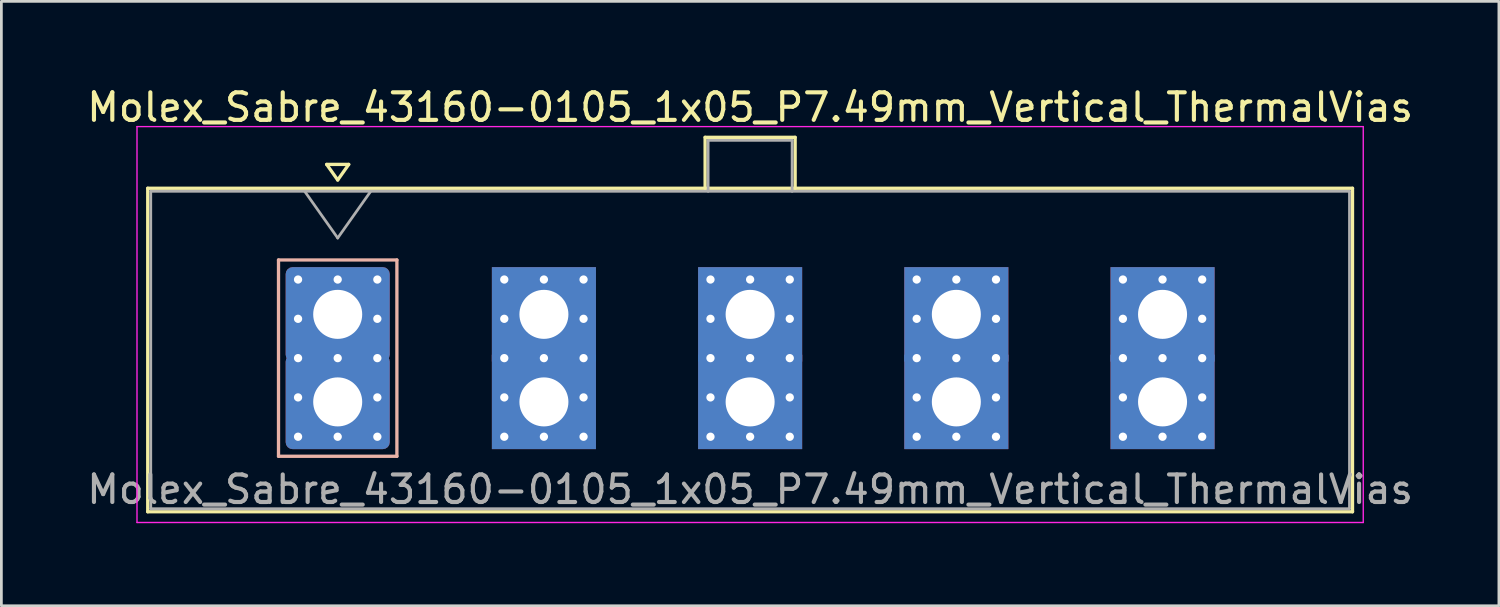
<source format=kicad_pcb>
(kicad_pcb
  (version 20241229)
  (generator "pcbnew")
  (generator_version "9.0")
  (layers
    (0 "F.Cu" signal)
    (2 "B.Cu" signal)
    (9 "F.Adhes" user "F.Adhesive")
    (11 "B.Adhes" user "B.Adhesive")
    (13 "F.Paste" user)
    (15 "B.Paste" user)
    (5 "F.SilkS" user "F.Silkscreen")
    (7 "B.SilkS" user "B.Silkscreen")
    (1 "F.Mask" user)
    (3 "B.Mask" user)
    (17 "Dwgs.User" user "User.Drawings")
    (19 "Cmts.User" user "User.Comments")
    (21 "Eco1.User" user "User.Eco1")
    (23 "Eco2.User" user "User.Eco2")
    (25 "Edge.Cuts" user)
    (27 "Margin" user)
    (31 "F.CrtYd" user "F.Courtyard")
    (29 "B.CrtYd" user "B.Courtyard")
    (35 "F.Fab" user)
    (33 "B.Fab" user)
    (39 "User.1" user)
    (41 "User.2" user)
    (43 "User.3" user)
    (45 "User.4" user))
  (footprint "Molex_Sabre_43160-0105_1x05_P7.49mm_Vertical_ThermalVias"
    (layer "F.Cu")
    (at 9.216 11.548)
    (property "Reference" "Molex_Sabre_43160-0105_1x05_P7.49mm_Vertical_ThermalVias" (at 14.98 -10.7 0) (layer "F.SilkS") (effects (font (size 1 1) (thickness 0.15))))
    (attr through_hole)
    (fp_line (start -6.9 -7.76) (end -6.9 3.99) (stroke (width 0.12) (type solid)) (layer "F.SilkS"))
    (fp_line (start -6.9 3.99) (end 36.86 3.99) (stroke (width 0.12) (type solid)) (layer "F.SilkS"))
    (fp_line (start -0.4 -8.626) (end 0 -8.06) (stroke (width 0.12) (type solid)) (layer "F.SilkS"))
    (fp_line (start 0 -8.06) (end 0.4 -8.626) (stroke (width 0.12) (type solid)) (layer "F.SilkS"))
    (fp_line (start 0.4 -8.626) (end -0.4 -8.626) (stroke (width 0.12) (type solid)) (layer "F.SilkS"))
    (fp_line (start 13.345 -9.61) (end 16.615 -9.61) (stroke (width 0.12) (type solid)) (layer "F.SilkS"))
    (fp_line (start 13.345 -7.76) (end 13.345 -9.61) (stroke (width 0.12) (type solid)) (layer "F.SilkS"))
    (fp_line (start 16.615 -9.61) (end 16.615 -7.76) (stroke (width 0.12) (type solid)) (layer "F.SilkS"))
    (fp_line (start 36.86 -7.76) (end -6.9 -7.76) (stroke (width 0.12) (type solid)) (layer "F.SilkS"))
    (fp_line (start 36.86 3.99) (end 36.86 -7.76) (stroke (width 0.12) (type solid)) (layer "F.SilkS"))
    (fp_line (start -2.15 -5.155) (end -2.15 1.975) (stroke (width 0.12) (type solid)) (layer "B.SilkS"))
    (fp_line (start -2.15 1.975) (end 2.15 1.975) (stroke (width 0.12) (type solid)) (layer "B.SilkS"))
    (fp_line (start 2.15 -5.155) (end -2.15 -5.155) (stroke (width 0.12) (type solid)) (layer "B.SilkS"))
    (fp_line (start 2.15 1.975) (end 2.15 -5.155) (stroke (width 0.12) (type solid)) (layer "B.SilkS"))
    (fp_line (start -7.29 -10) (end -7.29 4.38) (stroke (width 0.05) (type solid)) (layer "F.CrtYd"))
    (fp_line (start -7.29 4.38) (end 37.25 4.38) (stroke (width 0.05) (type solid)) (layer "F.CrtYd"))
    (fp_line (start 37.25 -10) (end -7.29 -10) (stroke (width 0.05) (type solid)) (layer "F.CrtYd"))
    (fp_line (start 37.25 4.38) (end 37.25 -10) (stroke (width 0.05) (type solid)) (layer "F.CrtYd"))
    (fp_line (start -6.79 -7.65) (end -6.79 3.88) (stroke (width 0.1) (type solid)) (layer "F.Fab"))
    (fp_line (start -6.79 3.88) (end 36.75 3.88) (stroke (width 0.1) (type solid)) (layer "F.Fab"))
    (fp_line (start -1.2 -7.65) (end 0 -5.953) (stroke (width 0.1) (type solid)) (layer "F.Fab"))
    (fp_line (start 0 -5.953) (end 1.2 -7.65) (stroke (width 0.1) (type solid)) (layer "F.Fab"))
    (fp_line (start 13.455 -9.5) (end 16.505 -9.5) (stroke (width 0.1) (type solid)) (layer "F.Fab"))
    (fp_line (start 13.455 -7.65) (end 13.455 -9.5) (stroke (width 0.1) (type solid)) (layer "F.Fab"))
    (fp_line (start 16.505 -9.5) (end 16.505 -7.65) (stroke (width 0.1) (type solid)) (layer "F.Fab"))
    (fp_line (start 36.75 -7.65) (end -6.79 -7.65) (stroke (width 0.1) (type solid)) (layer "F.Fab"))
    (fp_line (start 36.75 3.88) (end 36.75 -7.65) (stroke (width 0.1) (type solid)) (layer "F.Fab"))
    (fp_text user "${REFERENCE}" (at 14.98 3.18 0) (layer "F.Fab") (effects (font (size 1 1) (thickness 0.15))))
    (pad "1" thru_hole roundrect (at -1.44 -4.445) (size 0.6 0.6) (drill 0.3) (layers "*.Cu" "*.Mask") (roundrect_rratio 0.25))
    (pad "1" thru_hole roundrect (at -1.44 -3.018) (size 0.6 0.6) (drill 0.3) (layers "*.Cu" "*.Mask") (roundrect_rratio 0.25))
    (pad "1" thru_hole roundrect (at -1.44 -1.59) (size 0.6 0.6) (drill 0.3) (layers "*.Cu" "*.Mask") (roundrect_rratio 0.25))
    (pad "1" thru_hole roundrect (at -1.44 -0.163) (size 0.6 0.6) (drill 0.3) (layers "*.Cu" "*.Mask") (roundrect_rratio 0.25))
    (pad "1" thru_hole roundrect (at -1.44 1.265) (size 0.6 0.6) (drill 0.3) (layers "*.Cu" "*.Mask") (roundrect_rratio 0.25))
    (pad "1" thru_hole roundrect (at 0 -4.445) (size 0.6 0.6) (drill 0.3) (layers "*.Cu" "*.Mask") (roundrect_rratio 0.25))
    (pad "1" thru_hole roundrect (at 0 -3.18) (size 3.78 3.43) (drill 1.78) (layers "*.Cu" "*.Mask") (roundrect_rratio 0.073))
    (pad "1" thru_hole roundrect (at 0 -1.59) (size 0.6 0.6) (drill 0.3) (layers "*.Cu" "*.Mask") (roundrect_rratio 0.25))
    (pad "1" thru_hole roundrect (at 0 0) (size 3.78 3.43) (drill 1.78) (layers "*.Cu" "*.Mask") (roundrect_rratio 0.073))
    (pad "1" thru_hole roundrect (at 0 1.265) (size 0.6 0.6) (drill 0.3) (layers "*.Cu" "*.Mask") (roundrect_rratio 0.25))
    (pad "1" thru_hole roundrect (at 1.44 -4.445) (size 0.6 0.6) (drill 0.3) (layers "*.Cu" "*.Mask") (roundrect_rratio 0.25))
    (pad "1" thru_hole roundrect (at 1.44 -3.018) (size 0.6 0.6) (drill 0.3) (layers "*.Cu" "*.Mask") (roundrect_rratio 0.25))
    (pad "1" thru_hole roundrect (at 1.44 -1.59) (size 0.6 0.6) (drill 0.3) (layers "*.Cu" "*.Mask") (roundrect_rratio 0.25))
    (pad "1" thru_hole roundrect (at 1.44 -0.163) (size 0.6 0.6) (drill 0.3) (layers "*.Cu" "*.Mask") (roundrect_rratio 0.25))
    (pad "1" thru_hole roundrect (at 1.44 1.265) (size 0.6 0.6) (drill 0.3) (layers "*.Cu" "*.Mask") (roundrect_rratio 0.25))
    (pad "2" thru_hole circle (at 6.05 -4.445) (size 0.6 0.6) (drill 0.3) (layers "*.Cu" "*.Mask"))
    (pad "2" thru_hole circle (at 6.05 -3.018) (size 0.6 0.6) (drill 0.3) (layers "*.Cu" "*.Mask"))
    (pad "2" thru_hole circle (at 6.05 -1.59) (size 0.6 0.6) (drill 0.3) (layers "*.Cu" "*.Mask"))
    (pad "2" thru_hole circle (at 6.05 -0.163) (size 0.6 0.6) (drill 0.3) (layers "*.Cu" "*.Mask"))
    (pad "2" thru_hole circle (at 6.05 1.265) (size 0.6 0.6) (drill 0.3) (layers "*.Cu" "*.Mask"))
    (pad "2" thru_hole circle (at 7.49 -4.445) (size 0.6 0.6) (drill 0.3) (layers "*.Cu" "*.Mask"))
    (pad "2" thru_hole rect (at 7.49 -3.18) (size 3.78 3.43) (drill 1.78) (layers "*.Cu" "*.Mask"))
    (pad "2" thru_hole circle (at 7.49 -1.59) (size 0.6 0.6) (drill 0.3) (layers "*.Cu" "*.Mask"))
    (pad "2" thru_hole rect (at 7.49 0) (size 3.78 3.43) (drill 1.78) (layers "*.Cu" "*.Mask"))
    (pad "2" thru_hole circle (at 7.49 1.265) (size 0.6 0.6) (drill 0.3) (layers "*.Cu" "*.Mask"))
    (pad "2" thru_hole circle (at 8.93 -4.445) (size 0.6 0.6) (drill 0.3) (layers "*.Cu" "*.Mask"))
    (pad "2" thru_hole circle (at 8.93 -3.018) (size 0.6 0.6) (drill 0.3) (layers "*.Cu" "*.Mask"))
    (pad "2" thru_hole circle (at 8.93 -1.59) (size 0.6 0.6) (drill 0.3) (layers "*.Cu" "*.Mask"))
    (pad "2" thru_hole circle (at 8.93 -0.163) (size 0.6 0.6) (drill 0.3) (layers "*.Cu" "*.Mask"))
    (pad "2" thru_hole circle (at 8.93 1.265) (size 0.6 0.6) (drill 0.3) (layers "*.Cu" "*.Mask"))
    (pad "3" thru_hole circle (at 13.54 -4.445) (size 0.6 0.6) (drill 0.3) (layers "*.Cu" "*.Mask"))
    (pad "3" thru_hole circle (at 13.54 -3.018) (size 0.6 0.6) (drill 0.3) (layers "*.Cu" "*.Mask"))
    (pad "3" thru_hole circle (at 13.54 -1.59) (size 0.6 0.6) (drill 0.3) (layers "*.Cu" "*.Mask"))
    (pad "3" thru_hole circle (at 13.54 -0.163) (size 0.6 0.6) (drill 0.3) (layers "*.Cu" "*.Mask"))
    (pad "3" thru_hole circle (at 13.54 1.265) (size 0.6 0.6) (drill 0.3) (layers "*.Cu" "*.Mask"))
    (pad "3" thru_hole circle (at 14.98 -4.445) (size 0.6 0.6) (drill 0.3) (layers "*.Cu" "*.Mask"))
    (pad "3" thru_hole rect (at 14.98 -3.18) (size 3.78 3.43) (drill 1.78) (layers "*.Cu" "*.Mask"))
    (pad "3" thru_hole circle (at 14.98 -1.59) (size 0.6 0.6) (drill 0.3) (layers "*.Cu" "*.Mask"))
    (pad "3" thru_hole rect (at 14.98 0) (size 3.78 3.43) (drill 1.78) (layers "*.Cu" "*.Mask"))
    (pad "3" thru_hole circle (at 14.98 1.265) (size 0.6 0.6) (drill 0.3) (layers "*.Cu" "*.Mask"))
    (pad "3" thru_hole circle (at 16.42 -4.445) (size 0.6 0.6) (drill 0.3) (layers "*.Cu" "*.Mask"))
    (pad "3" thru_hole circle (at 16.42 -3.018) (size 0.6 0.6) (drill 0.3) (layers "*.Cu" "*.Mask"))
    (pad "3" thru_hole circle (at 16.42 -1.59) (size 0.6 0.6) (drill 0.3) (layers "*.Cu" "*.Mask"))
    (pad "3" thru_hole circle (at 16.42 -0.163) (size 0.6 0.6) (drill 0.3) (layers "*.Cu" "*.Mask"))
    (pad "3" thru_hole circle (at 16.42 1.265) (size 0.6 0.6) (drill 0.3) (layers "*.Cu" "*.Mask"))
    (pad "4" thru_hole circle (at 21.03 -4.445) (size 0.6 0.6) (drill 0.3) (layers "*.Cu" "*.Mask"))
    (pad "4" thru_hole circle (at 21.03 -3.018) (size 0.6 0.6) (drill 0.3) (layers "*.Cu" "*.Mask"))
    (pad "4" thru_hole circle (at 21.03 -1.59) (size 0.6 0.6) (drill 0.3) (layers "*.Cu" "*.Mask"))
    (pad "4" thru_hole circle (at 21.03 -0.163) (size 0.6 0.6) (drill 0.3) (layers "*.Cu" "*.Mask"))
    (pad "4" thru_hole circle (at 21.03 1.265) (size 0.6 0.6) (drill 0.3) (layers "*.Cu" "*.Mask"))
    (pad "4" thru_hole circle (at 22.47 -4.445) (size 0.6 0.6) (drill 0.3) (layers "*.Cu" "*.Mask"))
    (pad "4" thru_hole rect (at 22.47 -3.18) (size 3.78 3.43) (drill 1.78) (layers "*.Cu" "*.Mask"))
    (pad "4" thru_hole circle (at 22.47 -1.59) (size 0.6 0.6) (drill 0.3) (layers "*.Cu" "*.Mask"))
    (pad "4" thru_hole rect (at 22.47 0) (size 3.78 3.43) (drill 1.78) (layers "*.Cu" "*.Mask"))
    (pad "4" thru_hole circle (at 22.47 1.265) (size 0.6 0.6) (drill 0.3) (layers "*.Cu" "*.Mask"))
    (pad "4" thru_hole circle (at 23.91 -4.445) (size 0.6 0.6) (drill 0.3) (layers "*.Cu" "*.Mask"))
    (pad "4" thru_hole circle (at 23.91 -3.018) (size 0.6 0.6) (drill 0.3) (layers "*.Cu" "*.Mask"))
    (pad "4" thru_hole circle (at 23.91 -1.59) (size 0.6 0.6) (drill 0.3) (layers "*.Cu" "*.Mask"))
    (pad "4" thru_hole circle (at 23.91 -0.163) (size 0.6 0.6) (drill 0.3) (layers "*.Cu" "*.Mask"))
    (pad "4" thru_hole circle (at 23.91 1.265) (size 0.6 0.6) (drill 0.3) (layers "*.Cu" "*.Mask"))
    (pad "5" thru_hole circle (at 28.52 -4.445) (size 0.6 0.6) (drill 0.3) (layers "*.Cu" "*.Mask"))
    (pad "5" thru_hole circle (at 28.52 -3.018) (size 0.6 0.6) (drill 0.3) (layers "*.Cu" "*.Mask"))
    (pad "5" thru_hole circle (at 28.52 -1.59) (size 0.6 0.6) (drill 0.3) (layers "*.Cu" "*.Mask"))
    (pad "5" thru_hole circle (at 28.52 -0.163) (size 0.6 0.6) (drill 0.3) (layers "*.Cu" "*.Mask"))
    (pad "5" thru_hole circle (at 28.52 1.265) (size 0.6 0.6) (drill 0.3) (layers "*.Cu" "*.Mask"))
    (pad "5" thru_hole circle (at 29.96 -4.445) (size 0.6 0.6) (drill 0.3) (layers "*.Cu" "*.Mask"))
    (pad "5" thru_hole rect (at 29.96 -3.18) (size 3.78 3.43) (drill 1.78) (layers "*.Cu" "*.Mask"))
    (pad "5" thru_hole circle (at 29.96 -1.59) (size 0.6 0.6) (drill 0.3) (layers "*.Cu" "*.Mask"))
    (pad "5" thru_hole rect (at 29.96 0) (size 3.78 3.43) (drill 1.78) (layers "*.Cu" "*.Mask"))
    (pad "5" thru_hole circle (at 29.96 1.265) (size 0.6 0.6) (drill 0.3) (layers "*.Cu" "*.Mask"))
    (pad "5" thru_hole circle (at 31.4 -4.445) (size 0.6 0.6) (drill 0.3) (layers "*.Cu" "*.Mask"))
    (pad "5" thru_hole circle (at 31.4 -3.018) (size 0.6 0.6) (drill 0.3) (layers "*.Cu" "*.Mask"))
    (pad "5" thru_hole circle (at 31.4 -1.59) (size 0.6 0.6) (drill 0.3) (layers "*.Cu" "*.Mask"))
    (pad "5" thru_hole circle (at 31.4 -0.163) (size 0.6 0.6) (drill 0.3) (layers "*.Cu" "*.Mask"))
    (pad "5" thru_hole circle (at 31.4 1.265) (size 0.6 0.6) (drill 0.3) (layers "*.Cu" "*.Mask")))
  (gr_rect
    (start -3 -3)
    (end 51.393 18.953)
    (stroke (width 0.1) (type default))
    (fill no)
    (layer "Edge.Cuts")))
</source>
